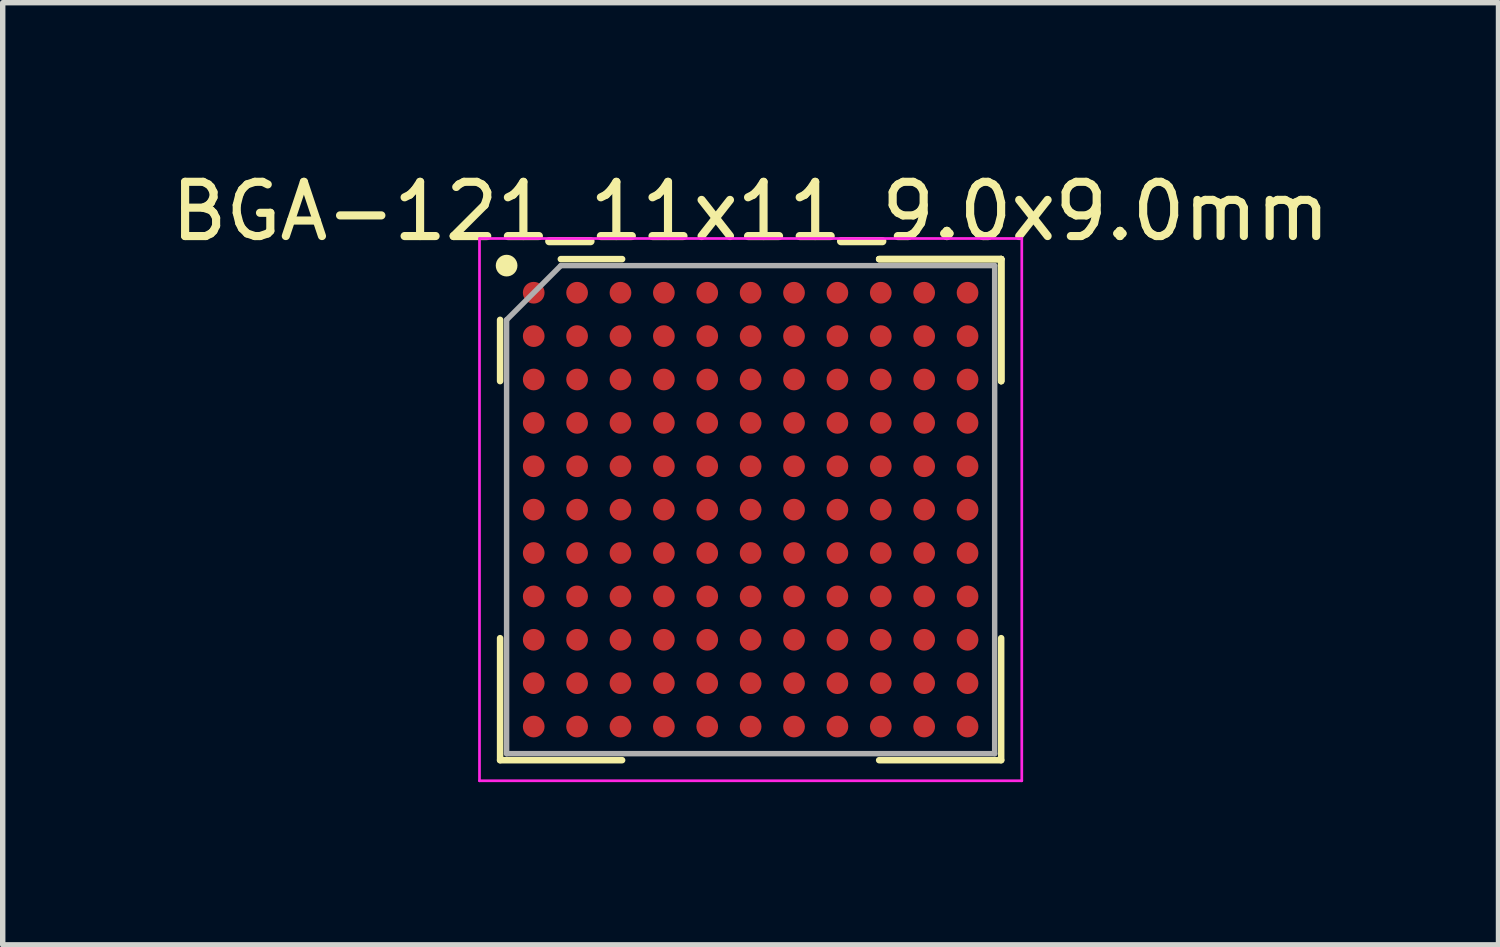
<source format=kicad_pcb>
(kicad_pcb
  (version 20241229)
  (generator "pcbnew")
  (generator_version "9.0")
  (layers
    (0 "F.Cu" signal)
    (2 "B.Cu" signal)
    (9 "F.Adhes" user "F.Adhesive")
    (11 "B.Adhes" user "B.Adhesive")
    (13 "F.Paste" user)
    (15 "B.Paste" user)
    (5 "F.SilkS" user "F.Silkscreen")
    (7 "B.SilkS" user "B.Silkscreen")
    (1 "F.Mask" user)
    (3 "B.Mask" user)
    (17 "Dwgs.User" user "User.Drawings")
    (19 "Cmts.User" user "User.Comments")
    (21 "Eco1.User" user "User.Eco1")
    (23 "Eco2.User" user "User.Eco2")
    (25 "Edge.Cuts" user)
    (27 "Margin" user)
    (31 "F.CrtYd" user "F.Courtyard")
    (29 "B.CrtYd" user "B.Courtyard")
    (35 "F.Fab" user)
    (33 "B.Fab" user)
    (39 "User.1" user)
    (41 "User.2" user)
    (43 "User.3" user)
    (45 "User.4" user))
  (footprint "BGA-121_11x11_9.0x9.0mm"
    (layer "F.Cu")
    (at 10.792 6.348)
    (property "Reference" "BGA-121_11x11_9.0x9.0mm" (at 0 -5.5 0) (layer "F.SilkS") (effects (font (size 1 1) (thickness 0.15))))
    (attr smd)
    (fp_line (start -4.62 -3.5) (end -4.62 -2.37) (stroke (width 0.12) (type solid)) (layer "F.SilkS"))
    (fp_line (start -4.62 4.62) (end -4.62 2.37) (stroke (width 0.12) (type solid)) (layer "F.SilkS"))
    (fp_line (start -2.37 -4.62) (end -3.5 -4.62) (stroke (width 0.12) (type solid)) (layer "F.SilkS"))
    (fp_line (start -2.37 4.62) (end -4.62 4.62) (stroke (width 0.12) (type solid)) (layer "F.SilkS"))
    (fp_line (start 2.37 -4.62) (end 4.62 -4.62) (stroke (width 0.12) (type solid)) (layer "F.SilkS"))
    (fp_line (start 2.37 -4.62) (end 4.62 -4.62) (stroke (width 0.12) (type solid)) (layer "F.SilkS"))
    (fp_line (start 2.37 -4.62) (end 4.62 -4.62) (stroke (width 0.12) (type solid)) (layer "F.SilkS"))
    (fp_line (start 2.37 4.62) (end 4.62 4.62) (stroke (width 0.12) (type solid)) (layer "F.SilkS"))
    (fp_line (start 4.62 -4.62) (end 4.62 -2.37) (stroke (width 0.12) (type solid)) (layer "F.SilkS"))
    (fp_line (start 4.62 -4.62) (end 4.62 -2.37) (stroke (width 0.12) (type solid)) (layer "F.SilkS"))
    (fp_line (start 4.62 -4.62) (end 4.62 -2.37) (stroke (width 0.12) (type solid)) (layer "F.SilkS"))
    (fp_line (start 4.62 4.62) (end 4.62 2.37) (stroke (width 0.12) (type solid)) (layer "F.SilkS"))
    (fp_circle (center -4.5 -4.5) (end -4.5 -4.4) (stroke (width 0.2) (type solid)) (fill no) (layer "F.SilkS"))
    (fp_line (start -5 -5) (end 5 -5) (stroke (width 0.05) (type solid)) (layer "F.CrtYd"))
    (fp_line (start -5 5) (end -5 -5) (stroke (width 0.05) (type solid)) (layer "F.CrtYd"))
    (fp_line (start 5 -5) (end 5 5) (stroke (width 0.05) (type solid)) (layer "F.CrtYd"))
    (fp_line (start 5 5) (end -5 5) (stroke (width 0.05) (type solid)) (layer "F.CrtYd"))
    (fp_line (start -4.5 -3.5) (end -4.5 4.5) (stroke (width 0.1) (type solid)) (layer "F.Fab"))
    (fp_line (start -4.5 4.5) (end 4.5 4.5) (stroke (width 0.1) (type solid)) (layer "F.Fab"))
    (fp_line (start -3.5 -4.5) (end -4.5 -3.5) (stroke (width 0.1) (type solid)) (layer "F.Fab"))
    (fp_line (start 4.5 -4.5) (end -3.5 -4.5) (stroke (width 0.1) (type solid)) (layer "F.Fab"))
    (fp_line (start 4.5 4.5) (end 4.5 -4.5) (stroke (width 0.1) (type solid)) (layer "F.Fab"))
    (pad "A1" smd circle (at -4 -4) (size 0.4 0.4) (layers "F.Cu" "F.Mask" "F.Paste"))
    (pad "A2" smd circle (at -3.2 -4) (size 0.4 0.4) (layers "F.Cu" "F.Mask" "F.Paste"))
    (pad "A3" smd circle (at -2.4 -4) (size 0.4 0.4) (layers "F.Cu" "F.Mask" "F.Paste"))
    (pad "A4" smd circle (at -1.6 -4) (size 0.4 0.4) (layers "F.Cu" "F.Mask" "F.Paste"))
    (pad "A5" smd circle (at -0.8 -4) (size 0.4 0.4) (layers "F.Cu" "F.Mask" "F.Paste"))
    (pad "A6" smd circle (at 0 -4) (size 0.4 0.4) (layers "F.Cu" "F.Mask" "F.Paste"))
    (pad "A7" smd circle (at 0.8 -4) (size 0.4 0.4) (layers "F.Cu" "F.Mask" "F.Paste"))
    (pad "A8" smd circle (at 1.6 -4) (size 0.4 0.4) (layers "F.Cu" "F.Mask" "F.Paste"))
    (pad "A9" smd circle (at 2.4 -4) (size 0.4 0.4) (layers "F.Cu" "F.Mask" "F.Paste"))
    (pad "A10" smd circle (at 3.2 -4) (size 0.4 0.4) (layers "F.Cu" "F.Mask" "F.Paste"))
    (pad "A11" smd circle (at 4 -4) (size 0.4 0.4) (layers "F.Cu" "F.Mask" "F.Paste"))
    (pad "B1" smd circle (at -4 -3.2) (size 0.4 0.4) (layers "F.Cu" "F.Mask" "F.Paste"))
    (pad "B2" smd circle (at -3.2 -3.2) (size 0.4 0.4) (layers "F.Cu" "F.Mask" "F.Paste"))
    (pad "B3" smd circle (at -2.4 -3.2) (size 0.4 0.4) (layers "F.Cu" "F.Mask" "F.Paste"))
    (pad "B4" smd circle (at -1.6 -3.2) (size 0.4 0.4) (layers "F.Cu" "F.Mask" "F.Paste"))
    (pad "B5" smd circle (at -0.8 -3.2) (size 0.4 0.4) (layers "F.Cu" "F.Mask" "F.Paste"))
    (pad "B6" smd circle (at 0 -3.2) (size 0.4 0.4) (layers "F.Cu" "F.Mask" "F.Paste"))
    (pad "B7" smd circle (at 0.8 -3.2) (size 0.4 0.4) (layers "F.Cu" "F.Mask" "F.Paste"))
    (pad "B8" smd circle (at 1.6 -3.2) (size 0.4 0.4) (layers "F.Cu" "F.Mask" "F.Paste"))
    (pad "B9" smd circle (at 2.4 -3.2) (size 0.4 0.4) (layers "F.Cu" "F.Mask" "F.Paste"))
    (pad "B10" smd circle (at 3.2 -3.2) (size 0.4 0.4) (layers "F.Cu" "F.Mask" "F.Paste"))
    (pad "B11" smd circle (at 4 -3.2) (size 0.4 0.4) (layers "F.Cu" "F.Mask" "F.Paste"))
    (pad "C1" smd circle (at -4 -2.4) (size 0.4 0.4) (layers "F.Cu" "F.Mask" "F.Paste"))
    (pad "C2" smd circle (at -3.2 -2.4) (size 0.4 0.4) (layers "F.Cu" "F.Mask" "F.Paste"))
    (pad "C3" smd circle (at -2.4 -2.4) (size 0.4 0.4) (layers "F.Cu" "F.Mask" "F.Paste"))
    (pad "C4" smd circle (at -1.6 -2.4) (size 0.4 0.4) (layers "F.Cu" "F.Mask" "F.Paste"))
    (pad "C5" smd circle (at -0.8 -2.4) (size 0.4 0.4) (layers "F.Cu" "F.Mask" "F.Paste"))
    (pad "C6" smd circle (at 0 -2.4) (size 0.4 0.4) (layers "F.Cu" "F.Mask" "F.Paste"))
    (pad "C7" smd circle (at 0.8 -2.4) (size 0.4 0.4) (layers "F.Cu" "F.Mask" "F.Paste"))
    (pad "C8" smd circle (at 1.6 -2.4) (size 0.4 0.4) (layers "F.Cu" "F.Mask" "F.Paste"))
    (pad "C9" smd circle (at 2.4 -2.4) (size 0.4 0.4) (layers "F.Cu" "F.Mask" "F.Paste"))
    (pad "C10" smd circle (at 3.2 -2.4) (size 0.4 0.4) (layers "F.Cu" "F.Mask" "F.Paste"))
    (pad "C11" smd circle (at 4 -2.4) (size 0.4 0.4) (layers "F.Cu" "F.Mask" "F.Paste"))
    (pad "D1" smd circle (at -4 -1.6) (size 0.4 0.4) (layers "F.Cu" "F.Mask" "F.Paste"))
    (pad "D2" smd circle (at -3.2 -1.6) (size 0.4 0.4) (layers "F.Cu" "F.Mask" "F.Paste"))
    (pad "D3" smd circle (at -2.4 -1.6) (size 0.4 0.4) (layers "F.Cu" "F.Mask" "F.Paste"))
    (pad "D4" smd circle (at -1.6 -1.6) (size 0.4 0.4) (layers "F.Cu" "F.Mask" "F.Paste"))
    (pad "D5" smd circle (at -0.8 -1.6) (size 0.4 0.4) (layers "F.Cu" "F.Mask" "F.Paste"))
    (pad "D6" smd circle (at 0 -1.6) (size 0.4 0.4) (layers "F.Cu" "F.Mask" "F.Paste"))
    (pad "D7" smd circle (at 0.8 -1.6) (size 0.4 0.4) (layers "F.Cu" "F.Mask" "F.Paste"))
    (pad "D8" smd circle (at 1.6 -1.6) (size 0.4 0.4) (layers "F.Cu" "F.Mask" "F.Paste"))
    (pad "D9" smd circle (at 2.4 -1.6) (size 0.4 0.4) (layers "F.Cu" "F.Mask" "F.Paste"))
    (pad "D10" smd circle (at 3.2 -1.6) (size 0.4 0.4) (layers "F.Cu" "F.Mask" "F.Paste"))
    (pad "D11" smd circle (at 4 -1.6) (size 0.4 0.4) (layers "F.Cu" "F.Mask" "F.Paste"))
    (pad "E1" smd circle (at -4 -0.8) (size 0.4 0.4) (layers "F.Cu" "F.Mask" "F.Paste"))
    (pad "E2" smd circle (at -3.2 -0.8) (size 0.4 0.4) (layers "F.Cu" "F.Mask" "F.Paste"))
    (pad "E3" smd circle (at -2.4 -0.8) (size 0.4 0.4) (layers "F.Cu" "F.Mask" "F.Paste"))
    (pad "E4" smd circle (at -1.6 -0.8) (size 0.4 0.4) (layers "F.Cu" "F.Mask" "F.Paste"))
    (pad "E5" smd circle (at -0.8 -0.8) (size 0.4 0.4) (layers "F.Cu" "F.Mask" "F.Paste"))
    (pad "E6" smd circle (at 0 -0.8) (size 0.4 0.4) (layers "F.Cu" "F.Mask" "F.Paste"))
    (pad "E7" smd circle (at 0.8 -0.8) (size 0.4 0.4) (layers "F.Cu" "F.Mask" "F.Paste"))
    (pad "E8" smd circle (at 1.6 -0.8) (size 0.4 0.4) (layers "F.Cu" "F.Mask" "F.Paste"))
    (pad "E9" smd circle (at 2.4 -0.8) (size 0.4 0.4) (layers "F.Cu" "F.Mask" "F.Paste"))
    (pad "E10" smd circle (at 3.2 -0.8) (size 0.4 0.4) (layers "F.Cu" "F.Mask" "F.Paste"))
    (pad "E11" smd circle (at 4 -0.8) (size 0.4 0.4) (layers "F.Cu" "F.Mask" "F.Paste"))
    (pad "F1" smd circle (at -4 0) (size 0.4 0.4) (layers "F.Cu" "F.Mask" "F.Paste"))
    (pad "F2" smd circle (at -3.2 0) (size 0.4 0.4) (layers "F.Cu" "F.Mask" "F.Paste"))
    (pad "F3" smd circle (at -2.4 0) (size 0.4 0.4) (layers "F.Cu" "F.Mask" "F.Paste"))
    (pad "F4" smd circle (at -1.6 0) (size 0.4 0.4) (layers "F.Cu" "F.Mask" "F.Paste"))
    (pad "F5" smd circle (at -0.8 0) (size 0.4 0.4) (layers "F.Cu" "F.Mask" "F.Paste"))
    (pad "F6" smd circle (at 0 0) (size 0.4 0.4) (layers "F.Cu" "F.Mask" "F.Paste"))
    (pad "F7" smd circle (at 0.8 0) (size 0.4 0.4) (layers "F.Cu" "F.Mask" "F.Paste"))
    (pad "F8" smd circle (at 1.6 0) (size 0.4 0.4) (layers "F.Cu" "F.Mask" "F.Paste"))
    (pad "F9" smd circle (at 2.4 0) (size 0.4 0.4) (layers "F.Cu" "F.Mask" "F.Paste"))
    (pad "F10" smd circle (at 3.2 0) (size 0.4 0.4) (layers "F.Cu" "F.Mask" "F.Paste"))
    (pad "F11" smd circle (at 4 0) (size 0.4 0.4) (layers "F.Cu" "F.Mask" "F.Paste"))
    (pad "G1" smd circle (at -4 0.8) (size 0.4 0.4) (layers "F.Cu" "F.Mask" "F.Paste"))
    (pad "G2" smd circle (at -3.2 0.8) (size 0.4 0.4) (layers "F.Cu" "F.Mask" "F.Paste"))
    (pad "G3" smd circle (at -2.4 0.8) (size 0.4 0.4) (layers "F.Cu" "F.Mask" "F.Paste"))
    (pad "G4" smd circle (at -1.6 0.8) (size 0.4 0.4) (layers "F.Cu" "F.Mask" "F.Paste"))
    (pad "G5" smd circle (at -0.8 0.8) (size 0.4 0.4) (layers "F.Cu" "F.Mask" "F.Paste"))
    (pad "G6" smd circle (at 0 0.8) (size 0.4 0.4) (layers "F.Cu" "F.Mask" "F.Paste"))
    (pad "G7" smd circle (at 0.8 0.8) (size 0.4 0.4) (layers "F.Cu" "F.Mask" "F.Paste"))
    (pad "G8" smd circle (at 1.6 0.8) (size 0.4 0.4) (layers "F.Cu" "F.Mask" "F.Paste"))
    (pad "G9" smd circle (at 2.4 0.8) (size 0.4 0.4) (layers "F.Cu" "F.Mask" "F.Paste"))
    (pad "G10" smd circle (at 3.2 0.8) (size 0.4 0.4) (layers "F.Cu" "F.Mask" "F.Paste"))
    (pad "G11" smd circle (at 4 0.8) (size 0.4 0.4) (layers "F.Cu" "F.Mask" "F.Paste"))
    (pad "H1" smd circle (at -4 1.6) (size 0.4 0.4) (layers "F.Cu" "F.Mask" "F.Paste"))
    (pad "H2" smd circle (at -3.2 1.6) (size 0.4 0.4) (layers "F.Cu" "F.Mask" "F.Paste"))
    (pad "H3" smd circle (at -2.4 1.6) (size 0.4 0.4) (layers "F.Cu" "F.Mask" "F.Paste"))
    (pad "H4" smd circle (at -1.6 1.6) (size 0.4 0.4) (layers "F.Cu" "F.Mask" "F.Paste"))
    (pad "H5" smd circle (at -0.8 1.6) (size 0.4 0.4) (layers "F.Cu" "F.Mask" "F.Paste"))
    (pad "H6" smd circle (at 0 1.6) (size 0.4 0.4) (layers "F.Cu" "F.Mask" "F.Paste"))
    (pad "H7" smd circle (at 0.8 1.6) (size 0.4 0.4) (layers "F.Cu" "F.Mask" "F.Paste"))
    (pad "H8" smd circle (at 1.6 1.6) (size 0.4 0.4) (layers "F.Cu" "F.Mask" "F.Paste"))
    (pad "H9" smd circle (at 2.4 1.6) (size 0.4 0.4) (layers "F.Cu" "F.Mask" "F.Paste"))
    (pad "H10" smd circle (at 3.2 1.6) (size 0.4 0.4) (layers "F.Cu" "F.Mask" "F.Paste"))
    (pad "H11" smd circle (at 4 1.6) (size 0.4 0.4) (layers "F.Cu" "F.Mask" "F.Paste"))
    (pad "J1" smd circle (at -4 2.4) (size 0.4 0.4) (layers "F.Cu" "F.Mask" "F.Paste"))
    (pad "J2" smd circle (at -3.2 2.4) (size 0.4 0.4) (layers "F.Cu" "F.Mask" "F.Paste"))
    (pad "J3" smd circle (at -2.4 2.4) (size 0.4 0.4) (layers "F.Cu" "F.Mask" "F.Paste"))
    (pad "J4" smd circle (at -1.6 2.4) (size 0.4 0.4) (layers "F.Cu" "F.Mask" "F.Paste"))
    (pad "J5" smd circle (at -0.8 2.4) (size 0.4 0.4) (layers "F.Cu" "F.Mask" "F.Paste"))
    (pad "J6" smd circle (at 0 2.4) (size 0.4 0.4) (layers "F.Cu" "F.Mask" "F.Paste"))
    (pad "J7" smd circle (at 0.8 2.4) (size 0.4 0.4) (layers "F.Cu" "F.Mask" "F.Paste"))
    (pad "J8" smd circle (at 1.6 2.4) (size 0.4 0.4) (layers "F.Cu" "F.Mask" "F.Paste"))
    (pad "J9" smd circle (at 2.4 2.4) (size 0.4 0.4) (layers "F.Cu" "F.Mask" "F.Paste"))
    (pad "J10" smd circle (at 3.2 2.4) (size 0.4 0.4) (layers "F.Cu" "F.Mask" "F.Paste"))
    (pad "J11" smd circle (at 4 2.4) (size 0.4 0.4) (layers "F.Cu" "F.Mask" "F.Paste"))
    (pad "K1" smd circle (at -4 3.2) (size 0.4 0.4) (layers "F.Cu" "F.Mask" "F.Paste"))
    (pad "K2" smd circle (at -3.2 3.2) (size 0.4 0.4) (layers "F.Cu" "F.Mask" "F.Paste"))
    (pad "K3" smd circle (at -2.4 3.2) (size 0.4 0.4) (layers "F.Cu" "F.Mask" "F.Paste"))
    (pad "K4" smd circle (at -1.6 3.2) (size 0.4 0.4) (layers "F.Cu" "F.Mask" "F.Paste"))
    (pad "K5" smd circle (at -0.8 3.2) (size 0.4 0.4) (layers "F.Cu" "F.Mask" "F.Paste"))
    (pad "K6" smd circle (at 0 3.2) (size 0.4 0.4) (layers "F.Cu" "F.Mask" "F.Paste"))
    (pad "K7" smd circle (at 0.8 3.2) (size 0.4 0.4) (layers "F.Cu" "F.Mask" "F.Paste"))
    (pad "K8" smd circle (at 1.6 3.2) (size 0.4 0.4) (layers "F.Cu" "F.Mask" "F.Paste"))
    (pad "K9" smd circle (at 2.4 3.2) (size 0.4 0.4) (layers "F.Cu" "F.Mask" "F.Paste"))
    (pad "K10" smd circle (at 3.2 3.2) (size 0.4 0.4) (layers "F.Cu" "F.Mask" "F.Paste"))
    (pad "K11" smd circle (at 4 3.2) (size 0.4 0.4) (layers "F.Cu" "F.Mask" "F.Paste"))
    (pad "L1" smd circle (at -4 4) (size 0.4 0.4) (layers "F.Cu" "F.Mask" "F.Paste"))
    (pad "L2" smd circle (at -3.2 4) (size 0.4 0.4) (layers "F.Cu" "F.Mask" "F.Paste"))
    (pad "L3" smd circle (at -2.4 4) (size 0.4 0.4) (layers "F.Cu" "F.Mask" "F.Paste"))
    (pad "L4" smd circle (at -1.6 4) (size 0.4 0.4) (layers "F.Cu" "F.Mask" "F.Paste"))
    (pad "L5" smd circle (at -0.8 4) (size 0.4 0.4) (layers "F.Cu" "F.Mask" "F.Paste"))
    (pad "L6" smd circle (at 0 4) (size 0.4 0.4) (layers "F.Cu" "F.Mask" "F.Paste"))
    (pad "L7" smd circle (at 0.8 4) (size 0.4 0.4) (layers "F.Cu" "F.Mask" "F.Paste"))
    (pad "L8" smd circle (at 1.6 4) (size 0.4 0.4) (layers "F.Cu" "F.Mask" "F.Paste"))
    (pad "L9" smd circle (at 2.4 4) (size 0.4 0.4) (layers "F.Cu" "F.Mask" "F.Paste"))
    (pad "L10" smd circle (at 3.2 4) (size 0.4 0.4) (layers "F.Cu" "F.Mask" "F.Paste"))
    (pad "L11" smd circle (at 4 4) (size 0.4 0.4) (layers "F.Cu" "F.Mask" "F.Paste")))
  (gr_rect
    (start -3 -3)
    (end 24.583 14.373)
    (stroke (width 0.1) (type default))
    (fill no)
    (layer "Edge.Cuts")))
</source>
